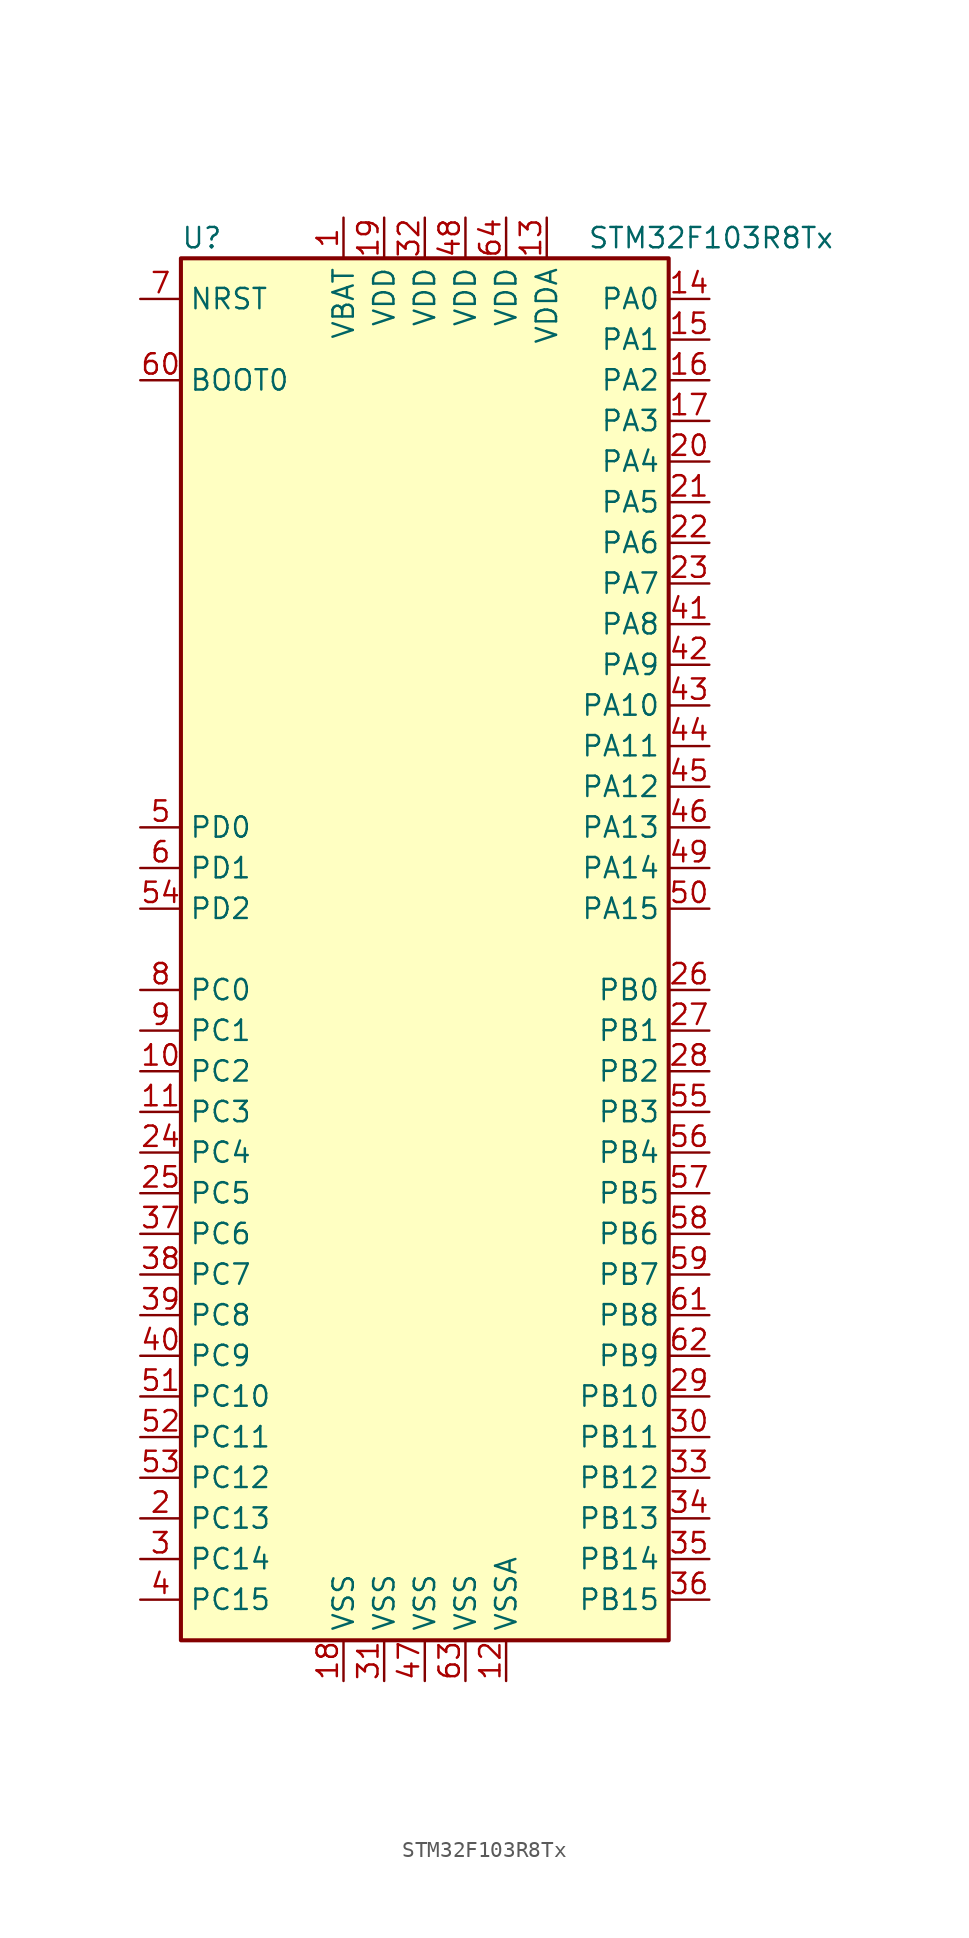
<source format=kicad_sym>
(kicad_symbol_lib
  (version 20211014)
  (generator kicad_symbol_editor)
  (symbol "STM32F103R8Tx"
    (property "Reference" "U"
      (at -15.24 44.45 0)
      (effects (font (size 1.27 1.27)) (justify left)))
    (property "Value" "STM32F103R8Tx"
      (at 10.16 44.45 0)
      (effects (font (size 1.27 1.27)) (justify left)))
    (symbol "STM32F103R8Tx_0_1"
      (rectangle (start -15.24 -43.18) (end 15.24 43.18) (stroke (width 0.254) (type default) (color 0 0 0 0)) (fill (type background))))
    (symbol "STM32F103R8Tx_1_1"
      (pin power_in line (at -5.08 45.72 270) (length 2.54) (name "VBAT" (effects (font (size 1.27 1.27)))) (number "1" (effects (font (size 1.27 1.27)))))
      (pin bidirectional line (at -17.78 -7.62 0) (length 2.54) (name "PC2" (effects (font (size 1.27 1.27)))) (number "10" (effects (font (size 1.27 1.27)))))
      (pin bidirectional line (at -17.78 -10.16 0) (length 2.54) (name "PC3" (effects (font (size 1.27 1.27)))) (number "11" (effects (font (size 1.27 1.27)))))
      (pin power_in line (at 5.08 -45.72 90) (length 2.54) (name "VSSA" (effects (font (size 1.27 1.27)))) (number "12" (effects (font (size 1.27 1.27)))))
      (pin power_in line (at 7.62 45.72 270) (length 2.54) (name "VDDA" (effects (font (size 1.27 1.27)))) (number "13" (effects (font (size 1.27 1.27)))))
      (pin bidirectional line (at 17.78 40.64 180) (length 2.54) (name "PA0" (effects (font (size 1.27 1.27)))) (number "14" (effects (font (size 1.27 1.27)))))
      (pin bidirectional line (at 17.78 38.1 180) (length 2.54) (name "PA1" (effects (font (size 1.27 1.27)))) (number "15" (effects (font (size 1.27 1.27)))))
      (pin bidirectional line (at 17.78 35.56 180) (length 2.54) (name "PA2" (effects (font (size 1.27 1.27)))) (number "16" (effects (font (size 1.27 1.27)))))
      (pin bidirectional line (at 17.78 33.02 180) (length 2.54) (name "PA3" (effects (font (size 1.27 1.27)))) (number "17" (effects (font (size 1.27 1.27)))))
      (pin power_in line (at -5.08 -45.72 90) (length 2.54) (name "VSS" (effects (font (size 1.27 1.27)))) (number "18" (effects (font (size 1.27 1.27)))))
      (pin power_in line (at -2.54 45.72 270) (length 2.54) (name "VDD" (effects (font (size 1.27 1.27)))) (number "19" (effects (font (size 1.27 1.27)))))
      (pin bidirectional line (at -17.78 -35.56 0) (length 2.54) (name "PC13" (effects (font (size 1.27 1.27)))) (number "2" (effects (font (size 1.27 1.27)))))
      (pin bidirectional line (at 17.78 30.48 180) (length 2.54) (name "PA4" (effects (font (size 1.27 1.27)))) (number "20" (effects (font (size 1.27 1.27)))))
      (pin bidirectional line (at 17.78 27.94 180) (length 2.54) (name "PA5" (effects (font (size 1.27 1.27)))) (number "21" (effects (font (size 1.27 1.27)))))
      (pin bidirectional line (at 17.78 25.4 180) (length 2.54) (name "PA6" (effects (font (size 1.27 1.27)))) (number "22" (effects (font (size 1.27 1.27)))))
      (pin bidirectional line (at 17.78 22.86 180) (length 2.54) (name "PA7" (effects (font (size 1.27 1.27)))) (number "23" (effects (font (size 1.27 1.27)))))
      (pin bidirectional line (at -17.78 -12.7 0) (length 2.54) (name "PC4" (effects (font (size 1.27 1.27)))) (number "24" (effects (font (size 1.27 1.27)))))
      (pin bidirectional line (at -17.78 -15.24 0) (length 2.54) (name "PC5" (effects (font (size 1.27 1.27)))) (number "25" (effects (font (size 1.27 1.27)))))
      (pin bidirectional line (at 17.78 -2.54 180) (length 2.54) (name "PB0" (effects (font (size 1.27 1.27)))) (number "26" (effects (font (size 1.27 1.27)))))
      (pin bidirectional line (at 17.78 -5.08 180) (length 2.54) (name "PB1" (effects (font (size 1.27 1.27)))) (number "27" (effects (font (size 1.27 1.27)))))
      (pin bidirectional line (at 17.78 -7.62 180) (length 2.54) (name "PB2" (effects (font (size 1.27 1.27)))) (number "28" (effects (font (size 1.27 1.27)))))
      (pin bidirectional line (at 17.78 -27.94 180) (length 2.54) (name "PB10" (effects (font (size 1.27 1.27)))) (number "29" (effects (font (size 1.27 1.27)))))
      (pin bidirectional line (at -17.78 -38.1 0) (length 2.54) (name "PC14" (effects (font (size 1.27 1.27)))) (number "3" (effects (font (size 1.27 1.27)))))
      (pin bidirectional line (at 17.78 -30.48 180) (length 2.54) (name "PB11" (effects (font (size 1.27 1.27)))) (number "30" (effects (font (size 1.27 1.27)))))
      (pin power_in line (at -2.54 -45.72 90) (length 2.54) (name "VSS" (effects (font (size 1.27 1.27)))) (number "31" (effects (font (size 1.27 1.27)))))
      (pin power_in line (at 0 45.72 270) (length 2.54) (name "VDD" (effects (font (size 1.27 1.27)))) (number "32" (effects (font (size 1.27 1.27)))))
      (pin bidirectional line (at 17.78 -33.02 180) (length 2.54) (name "PB12" (effects (font (size 1.27 1.27)))) (number "33" (effects (font (size 1.27 1.27)))))
      (pin bidirectional line (at 17.78 -35.56 180) (length 2.54) (name "PB13" (effects (font (size 1.27 1.27)))) (number "34" (effects (font (size 1.27 1.27)))))
      (pin bidirectional line (at 17.78 -38.1 180) (length 2.54) (name "PB14" (effects (font (size 1.27 1.27)))) (number "35" (effects (font (size 1.27 1.27)))))
      (pin bidirectional line (at 17.78 -40.64 180) (length 2.54) (name "PB15" (effects (font (size 1.27 1.27)))) (number "36" (effects (font (size 1.27 1.27)))))
      (pin bidirectional line (at -17.78 -17.78 0) (length 2.54) (name "PC6" (effects (font (size 1.27 1.27)))) (number "37" (effects (font (size 1.27 1.27)))))
      (pin bidirectional line (at -17.78 -20.32 0) (length 2.54) (name "PC7" (effects (font (size 1.27 1.27)))) (number "38" (effects (font (size 1.27 1.27)))))
      (pin bidirectional line (at -17.78 -22.86 0) (length 2.54) (name "PC8" (effects (font (size 1.27 1.27)))) (number "39" (effects (font (size 1.27 1.27)))))
      (pin bidirectional line (at -17.78 -40.64 0) (length 2.54) (name "PC15" (effects (font (size 1.27 1.27)))) (number "4" (effects (font (size 1.27 1.27)))))
      (pin bidirectional line (at -17.78 -25.4 0) (length 2.54) (name "PC9" (effects (font (size 1.27 1.27)))) (number "40" (effects (font (size 1.27 1.27)))))
      (pin bidirectional line (at 17.78 20.32 180) (length 2.54) (name "PA8" (effects (font (size 1.27 1.27)))) (number "41" (effects (font (size 1.27 1.27)))))
      (pin bidirectional line (at 17.78 17.78 180) (length 2.54) (name "PA9" (effects (font (size 1.27 1.27)))) (number "42" (effects (font (size 1.27 1.27)))))
      (pin bidirectional line (at 17.78 15.24 180) (length 2.54) (name "PA10" (effects (font (size 1.27 1.27)))) (number "43" (effects (font (size 1.27 1.27)))))
      (pin bidirectional line (at 17.78 12.7 180) (length 2.54) (name "PA11" (effects (font (size 1.27 1.27)))) (number "44" (effects (font (size 1.27 1.27)))))
      (pin bidirectional line (at 17.78 10.16 180) (length 2.54) (name "PA12" (effects (font (size 1.27 1.27)))) (number "45" (effects (font (size 1.27 1.27)))))
      (pin bidirectional line (at 17.78 7.62 180) (length 2.54) (name "PA13" (effects (font (size 1.27 1.27)))) (number "46" (effects (font (size 1.27 1.27)))))
      (pin power_in line (at 0 -45.72 90) (length 2.54) (name "VSS" (effects (font (size 1.27 1.27)))) (number "47" (effects (font (size 1.27 1.27)))))
      (pin power_in line (at 2.54 45.72 270) (length 2.54) (name "VDD" (effects (font (size 1.27 1.27)))) (number "48" (effects (font (size 1.27 1.27)))))
      (pin bidirectional line (at 17.78 5.08 180) (length 2.54) (name "PA14" (effects (font (size 1.27 1.27)))) (number "49" (effects (font (size 1.27 1.27)))))
      (pin input line (at -17.78 7.62 0) (length 2.54) (name "PD0" (effects (font (size 1.27 1.27)))) (number "5" (effects (font (size 1.27 1.27)))))
      (pin bidirectional line (at 17.78 2.54 180) (length 2.54) (name "PA15" (effects (font (size 1.27 1.27)))) (number "50" (effects (font (size 1.27 1.27)))))
      (pin bidirectional line (at -17.78 -27.94 0) (length 2.54) (name "PC10" (effects (font (size 1.27 1.27)))) (number "51" (effects (font (size 1.27 1.27)))))
      (pin bidirectional line (at -17.78 -30.48 0) (length 2.54) (name "PC11" (effects (font (size 1.27 1.27)))) (number "52" (effects (font (size 1.27 1.27)))))
      (pin bidirectional line (at -17.78 -33.02 0) (length 2.54) (name "PC12" (effects (font (size 1.27 1.27)))) (number "53" (effects (font (size 1.27 1.27)))))
      (pin bidirectional line (at -17.78 2.54 0) (length 2.54) (name "PD2" (effects (font (size 1.27 1.27)))) (number "54" (effects (font (size 1.27 1.27)))))
      (pin bidirectional line (at 17.78 -10.16 180) (length 2.54) (name "PB3" (effects (font (size 1.27 1.27)))) (number "55" (effects (font (size 1.27 1.27)))))
      (pin bidirectional line (at 17.78 -12.7 180) (length 2.54) (name "PB4" (effects (font (size 1.27 1.27)))) (number "56" (effects (font (size 1.27 1.27)))))
      (pin bidirectional line (at 17.78 -15.24 180) (length 2.54) (name "PB5" (effects (font (size 1.27 1.27)))) (number "57" (effects (font (size 1.27 1.27)))))
      (pin bidirectional line (at 17.78 -17.78 180) (length 2.54) (name "PB6" (effects (font (size 1.27 1.27)))) (number "58" (effects (font (size 1.27 1.27)))))
      (pin bidirectional line (at 17.78 -20.32 180) (length 2.54) (name "PB7" (effects (font (size 1.27 1.27)))) (number "59" (effects (font (size 1.27 1.27)))))
      (pin input line (at -17.78 5.08 0) (length 2.54) (name "PD1" (effects (font (size 1.27 1.27)))) (number "6" (effects (font (size 1.27 1.27)))))
      (pin input line (at -17.78 35.56 0) (length 2.54) (name "BOOT0" (effects (font (size 1.27 1.27)))) (number "60" (effects (font (size 1.27 1.27)))))
      (pin bidirectional line (at 17.78 -22.86 180) (length 2.54) (name "PB8" (effects (font (size 1.27 1.27)))) (number "61" (effects (font (size 1.27 1.27)))))
      (pin bidirectional line (at 17.78 -25.4 180) (length 2.54) (name "PB9" (effects (font (size 1.27 1.27)))) (number "62" (effects (font (size 1.27 1.27)))))
      (pin power_in line (at 2.54 -45.72 90) (length 2.54) (name "VSS" (effects (font (size 1.27 1.27)))) (number "63" (effects (font (size 1.27 1.27)))))
      (pin power_in line (at 5.08 45.72 270) (length 2.54) (name "VDD" (effects (font (size 1.27 1.27)))) (number "64" (effects (font (size 1.27 1.27)))))
      (pin input line (at -17.78 40.64 0) (length 2.54) (name "NRST" (effects (font (size 1.27 1.27)))) (number "7" (effects (font (size 1.27 1.27)))))
      (pin bidirectional line (at -17.78 -2.54 0) (length 2.54) (name "PC0" (effects (font (size 1.27 1.27)))) (number "8" (effects (font (size 1.27 1.27)))))
      (pin bidirectional line (at -17.78 -5.08 0) (length 2.54) (name "PC1" (effects (font (size 1.27 1.27)))) (number "9" (effects (font (size 1.27 1.27))))))))
</source>
